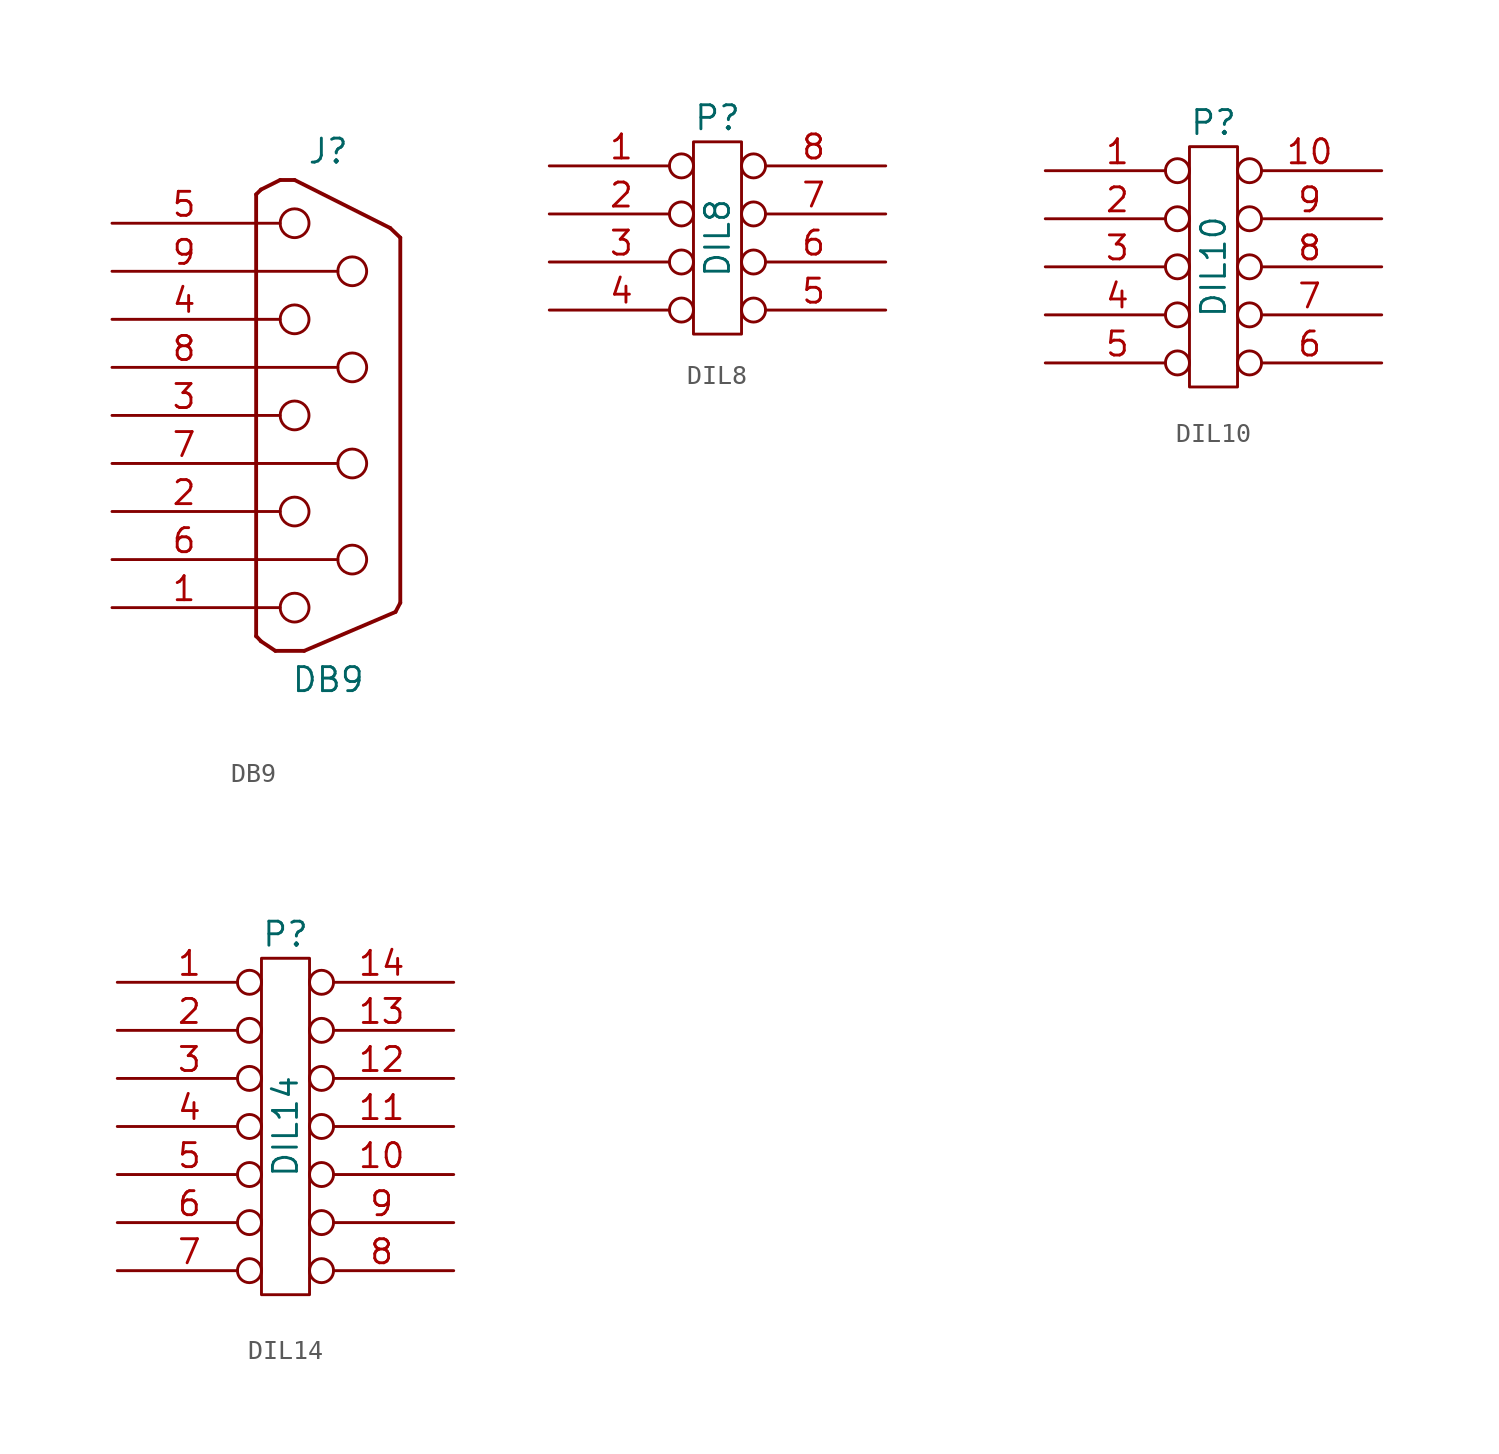
<source format=kicad_sym>
(kicad_symbol_lib
  (version 20211014)
  (generator kicad_symbol_editor)
  (symbol "DB9"
    (pin_names
      (offset 1.016) hide)
    (property "Reference" "J"
      (at 0 13.97 0)
      (effects (font (size 1.27 1.27))))
    (property "Value" "DB9"
      (at 0 -13.97 0)
      (effects (font (size 1.27 1.27))))
    (property "Footprint" ""
      (at 0 0 0)
      (effects (font (size 1.27 1.27))))
    (property "Datasheet" ""
      (at 0 0 0)
      (effects (font (size 1.27 1.27))))
    (symbol "DB9_0_1"
      (circle (center -1.778 -10.16) (radius 0.762) (stroke (width 0) (type default) (color 0 0 0 0)) (fill (type none)))
      (circle (center -1.778 -5.08) (radius 0.762) (stroke (width 0) (type default) (color 0 0 0 0)) (fill (type none)))
      (circle (center -1.778 0) (radius 0.762) (stroke (width 0) (type default) (color 0 0 0 0)) (fill (type none)))
      (circle (center -1.778 5.08) (radius 0.762) (stroke (width 0) (type default) (color 0 0 0 0)) (fill (type none)))
      (circle (center -1.778 10.16) (radius 0.762) (stroke (width 0) (type default) (color 0 0 0 0)) (fill (type none)))
      (polyline (pts (xy -3.81 -11.684) (xy -3.81 11.684)) (stroke (width 0.203) (type default) (color 0 0 0 0)) (fill (type none)))
      (polyline (pts (xy -3.81 -11.659) (xy -3.556 -11.938)) (stroke (width 0.203) (type default) (color 0 0 0 0)) (fill (type none)))
      (polyline (pts (xy -3.81 -10.16) (xy -2.54 -10.16)) (stroke (width 0) (type default) (color 0 0 0 0)) (fill (type none)))
      (polyline (pts (xy -3.81 -7.62) (xy 0.508 -7.62)) (stroke (width 0) (type default) (color 0 0 0 0)) (fill (type none)))
      (polyline (pts (xy -3.81 -5.08) (xy -2.54 -5.08)) (stroke (width 0) (type default) (color 0 0 0 0)) (fill (type none)))
      (polyline (pts (xy -3.81 -2.54) (xy 0.508 -2.54)) (stroke (width 0) (type default) (color 0 0 0 0)) (fill (type none)))
      (polyline (pts (xy -3.81 0) (xy -2.54 0)) (stroke (width 0) (type default) (color 0 0 0 0)) (fill (type none)))
      (polyline (pts (xy -3.81 2.54) (xy 0.508 2.54)) (stroke (width 0) (type default) (color 0 0 0 0)) (fill (type none)))
      (polyline (pts (xy -3.81 5.08) (xy -2.54 5.08)) (stroke (width 0) (type default) (color 0 0 0 0)) (fill (type none)))
      (polyline (pts (xy -3.81 7.62) (xy 0.508 7.62)) (stroke (width 0) (type default) (color 0 0 0 0)) (fill (type none)))
      (polyline (pts (xy -3.81 10.16) (xy -2.54 10.16)) (stroke (width 0) (type default) (color 0 0 0 0)) (fill (type none)))
      (polyline (pts (xy -3.556 -11.938) (xy -2.794 -12.446)) (stroke (width 0.203) (type default) (color 0 0 0 0)) (fill (type none)))
      (polyline (pts (xy -3.556 11.938) (xy -3.81 11.684)) (stroke (width 0.203) (type default) (color 0 0 0 0)) (fill (type none)))
      (polyline (pts (xy -3.556 11.938) (xy -2.54 12.446)) (stroke (width 0.203) (type default) (color 0 0 0 0)) (fill (type none)))
      (polyline (pts (xy -2.794 -12.446) (xy -1.27 -12.446)) (stroke (width 0.203) (type default) (color 0 0 0 0)) (fill (type none)))
      (polyline (pts (xy -2.54 12.446) (xy -1.778 12.446)) (stroke (width 0.203) (type default) (color 0 0 0 0)) (fill (type none)))
      (polyline (pts (xy 3.277 9.906) (xy -1.778 12.446)) (stroke (width 0.203) (type default) (color 0 0 0 0)) (fill (type none)))
      (polyline (pts (xy 3.277 9.906) (xy 3.81 9.398)) (stroke (width 0.203) (type default) (color 0 0 0 0)) (fill (type none)))
      (polyline (pts (xy 3.556 -10.389) (xy -1.27 -12.446)) (stroke (width 0.203) (type default) (color 0 0 0 0)) (fill (type none)))
      (polyline (pts (xy 3.81 -9.906) (xy 3.556 -10.389)) (stroke (width 0.203) (type default) (color 0 0 0 0)) (fill (type none)))
      (polyline (pts (xy 3.81 9.398) (xy 3.81 -9.906)) (stroke (width 0.203) (type default) (color 0 0 0 0)) (fill (type none)))
      (circle (center 1.27 -7.62) (radius 0.762) (stroke (width 0) (type default) (color 0 0 0 0)) (fill (type none)))
      (circle (center 1.27 -2.54) (radius 0.762) (stroke (width 0) (type default) (color 0 0 0 0)) (fill (type none)))
      (circle (center 1.27 2.54) (radius 0.762) (stroke (width 0) (type default) (color 0 0 0 0)) (fill (type none)))
      (circle (center 1.27 7.62) (radius 0.762) (stroke (width 0) (type default) (color 0 0 0 0)) (fill (type none))))
    (symbol "DB9_1_1"
      (pin passive line (at -11.43 -10.16 0) (length 7.62) (name "1" (effects (font (size 1.27 1.27)))) (number "1" (effects (font (size 1.27 1.27)))))
      (pin passive line (at -11.43 -5.08 0) (length 7.62) (name "2" (effects (font (size 1.27 1.27)))) (number "2" (effects (font (size 1.27 1.27)))))
      (pin passive line (at -11.43 0 0) (length 7.62) (name "3" (effects (font (size 1.27 1.27)))) (number "3" (effects (font (size 1.27 1.27)))))
      (pin passive line (at -11.43 5.08 0) (length 7.62) (name "4" (effects (font (size 1.27 1.27)))) (number "4" (effects (font (size 1.27 1.27)))))
      (pin passive line (at -11.43 10.16 0) (length 7.62) (name "5" (effects (font (size 1.27 1.27)))) (number "5" (effects (font (size 1.27 1.27)))))
      (pin passive line (at -11.43 -7.62 0) (length 7.62) (name "P6" (effects (font (size 1.27 1.27)))) (number "6" (effects (font (size 1.27 1.27)))))
      (pin passive line (at -11.43 -2.54 0) (length 7.62) (name "P7" (effects (font (size 1.27 1.27)))) (number "7" (effects (font (size 1.27 1.27)))))
      (pin passive line (at -11.43 2.54 0) (length 7.62) (name "P8" (effects (font (size 1.27 1.27)))) (number "8" (effects (font (size 1.27 1.27)))))
      (pin passive line (at -11.43 7.62 0) (length 7.62) (name "P9" (effects (font (size 1.27 1.27)))) (number "9" (effects (font (size 1.27 1.27)))))))
  (symbol "DIL8"
    (pin_names
      (offset 1.016) hide)
    (property "Reference" "P"
      (at 0 6.35 0)
      (effects (font (size 1.27 1.27))))
    (property "Value" "DIL8"
      (at 0 0 90)
      (effects (font (size 1.27 1.27))))
    (property "Footprint" ""
      (at 0 0 0)
      (effects (font (size 1.27 1.27))))
    (property "Datasheet" ""
      (at 0 0 0)
      (effects (font (size 1.27 1.27))))
    (symbol "DIL8_0_1"
      (rectangle (start -1.27 5.08) (end 1.27 -5.08) (stroke (width 0) (type default) (color 0 0 0 0)) (fill (type none))))
    (symbol "DIL8_1_1"
      (pin passive inverted (at -8.89 3.81 0) (length 7.62) (name "P1" (effects (font (size 1.27 1.27)))) (number "1" (effects (font (size 1.27 1.27)))))
      (pin passive inverted (at -8.89 1.27 0) (length 7.62) (name "P2" (effects (font (size 1.27 1.27)))) (number "2" (effects (font (size 1.27 1.27)))))
      (pin passive inverted (at -8.89 -1.27 0) (length 7.62) (name "P3" (effects (font (size 1.27 1.27)))) (number "3" (effects (font (size 1.27 1.27)))))
      (pin passive inverted (at -8.89 -3.81 0) (length 7.62) (name "P4" (effects (font (size 1.27 1.27)))) (number "4" (effects (font (size 1.27 1.27)))))
      (pin passive inverted (at 8.89 -3.81 180) (length 7.62) (name "P5" (effects (font (size 1.27 1.27)))) (number "5" (effects (font (size 1.27 1.27)))))
      (pin passive inverted (at 8.89 -1.27 180) (length 7.62) (name "P6" (effects (font (size 1.27 1.27)))) (number "6" (effects (font (size 1.27 1.27)))))
      (pin passive inverted (at 8.89 1.27 180) (length 7.62) (name "P7" (effects (font (size 1.27 1.27)))) (number "7" (effects (font (size 1.27 1.27)))))
      (pin passive inverted (at 8.89 3.81 180) (length 7.62) (name "P8" (effects (font (size 1.27 1.27)))) (number "8" (effects (font (size 1.27 1.27)))))))
  (symbol "DIL10"
    (pin_names
      (offset 1.016) hide)
    (property "Reference" "P"
      (at 0 7.62 0)
      (effects (font (size 1.27 1.27))))
    (property "Value" "DIL10"
      (at 0 0 90)
      (effects (font (size 1.27 1.27))))
    (property "Footprint" ""
      (at 0 0 0)
      (effects (font (size 1.27 1.27))))
    (property "Datasheet" ""
      (at 0 0 0)
      (effects (font (size 1.27 1.27))))
    (symbol "DIL10_0_1"
      (rectangle (start -1.27 6.35) (end 1.27 -6.35) (stroke (width 0) (type default) (color 0 0 0 0)) (fill (type none))))
    (symbol "DIL10_1_1"
      (pin passive inverted (at -8.89 5.08 0) (length 7.62) (name "P1" (effects (font (size 1.27 1.27)))) (number "1" (effects (font (size 1.27 1.27)))))
      (pin passive inverted (at 8.89 5.08 180) (length 7.62) (name "P10" (effects (font (size 1.27 1.27)))) (number "10" (effects (font (size 1.27 1.27)))))
      (pin passive inverted (at -8.89 2.54 0) (length 7.62) (name "P2" (effects (font (size 1.27 1.27)))) (number "2" (effects (font (size 1.27 1.27)))))
      (pin passive inverted (at -8.89 0 0) (length 7.62) (name "P3" (effects (font (size 1.27 1.27)))) (number "3" (effects (font (size 1.27 1.27)))))
      (pin passive inverted (at -8.89 -2.54 0) (length 7.62) (name "P4" (effects (font (size 1.27 1.27)))) (number "4" (effects (font (size 1.27 1.27)))))
      (pin passive inverted (at -8.89 -5.08 0) (length 7.62) (name "P5" (effects (font (size 1.27 1.27)))) (number "5" (effects (font (size 1.27 1.27)))))
      (pin passive inverted (at 8.89 -5.08 180) (length 7.62) (name "P6" (effects (font (size 1.27 1.27)))) (number "6" (effects (font (size 1.27 1.27)))))
      (pin passive inverted (at 8.89 -2.54 180) (length 7.62) (name "P7" (effects (font (size 1.27 1.27)))) (number "7" (effects (font (size 1.27 1.27)))))
      (pin passive inverted (at 8.89 0 180) (length 7.62) (name "P8" (effects (font (size 1.27 1.27)))) (number "8" (effects (font (size 1.27 1.27)))))
      (pin passive inverted (at 8.89 2.54 180) (length 7.62) (name "P9" (effects (font (size 1.27 1.27)))) (number "9" (effects (font (size 1.27 1.27)))))))
  (symbol "DIL14"
    (pin_names
      (offset 1.016) hide)
    (property "Reference" "P"
      (at 0 10.16 0)
      (effects (font (size 1.27 1.27))))
    (property "Value" "DIL14"
      (at 0 0 90)
      (effects (font (size 1.27 1.27))))
    (property "Footprint" ""
      (at 0 0 0)
      (effects (font (size 1.27 1.27))))
    (property "Datasheet" ""
      (at 0 0 0)
      (effects (font (size 1.27 1.27))))
    (symbol "DIL14_0_1"
      (rectangle (start -1.27 8.89) (end 1.27 -8.89) (stroke (width 0) (type default) (color 0 0 0 0)) (fill (type none))))
    (symbol "DIL14_1_1"
      (pin passive inverted (at -8.89 7.62 0) (length 7.62) (name "1" (effects (font (size 1.27 1.27)))) (number "1" (effects (font (size 1.27 1.27)))))
      (pin passive inverted (at 8.89 -2.54 180) (length 7.62) (name "10" (effects (font (size 1.27 1.27)))) (number "10" (effects (font (size 1.27 1.27)))))
      (pin passive inverted (at 8.89 0 180) (length 7.62) (name "11" (effects (font (size 1.27 1.27)))) (number "11" (effects (font (size 1.27 1.27)))))
      (pin passive inverted (at 8.89 2.54 180) (length 7.62) (name "12" (effects (font (size 1.27 1.27)))) (number "12" (effects (font (size 1.27 1.27)))))
      (pin passive inverted (at 8.89 5.08 180) (length 7.62) (name "13" (effects (font (size 1.27 1.27)))) (number "13" (effects (font (size 1.27 1.27)))))
      (pin passive inverted (at 8.89 7.62 180) (length 7.62) (name "14" (effects (font (size 1.27 1.27)))) (number "14" (effects (font (size 1.27 1.27)))))
      (pin passive inverted (at -8.89 5.08 0) (length 7.62) (name "2" (effects (font (size 1.27 1.27)))) (number "2" (effects (font (size 1.27 1.27)))))
      (pin passive inverted (at -8.89 2.54 0) (length 7.62) (name "3" (effects (font (size 1.27 1.27)))) (number "3" (effects (font (size 1.27 1.27)))))
      (pin passive inverted (at -8.89 0 0) (length 7.62) (name "4" (effects (font (size 1.27 1.27)))) (number "4" (effects (font (size 1.27 1.27)))))
      (pin passive inverted (at -8.89 -2.54 0) (length 7.62) (name "5" (effects (font (size 1.27 1.27)))) (number "5" (effects (font (size 1.27 1.27)))))
      (pin passive inverted (at -8.89 -5.08 0) (length 7.62) (name "6" (effects (font (size 1.27 1.27)))) (number "6" (effects (font (size 1.27 1.27)))))
      (pin passive inverted (at -8.89 -7.62 0) (length 7.62) (name "7" (effects (font (size 1.27 1.27)))) (number "7" (effects (font (size 1.27 1.27)))))
      (pin passive inverted (at 8.89 -7.62 180) (length 7.62) (name "8" (effects (font (size 1.27 1.27)))) (number "8" (effects (font (size 1.27 1.27)))))
      (pin passive inverted (at 8.89 -5.08 180) (length 7.62) (name "9" (effects (font (size 1.27 1.27)))) (number "9" (effects (font (size 1.27 1.27))))))))
</source>
